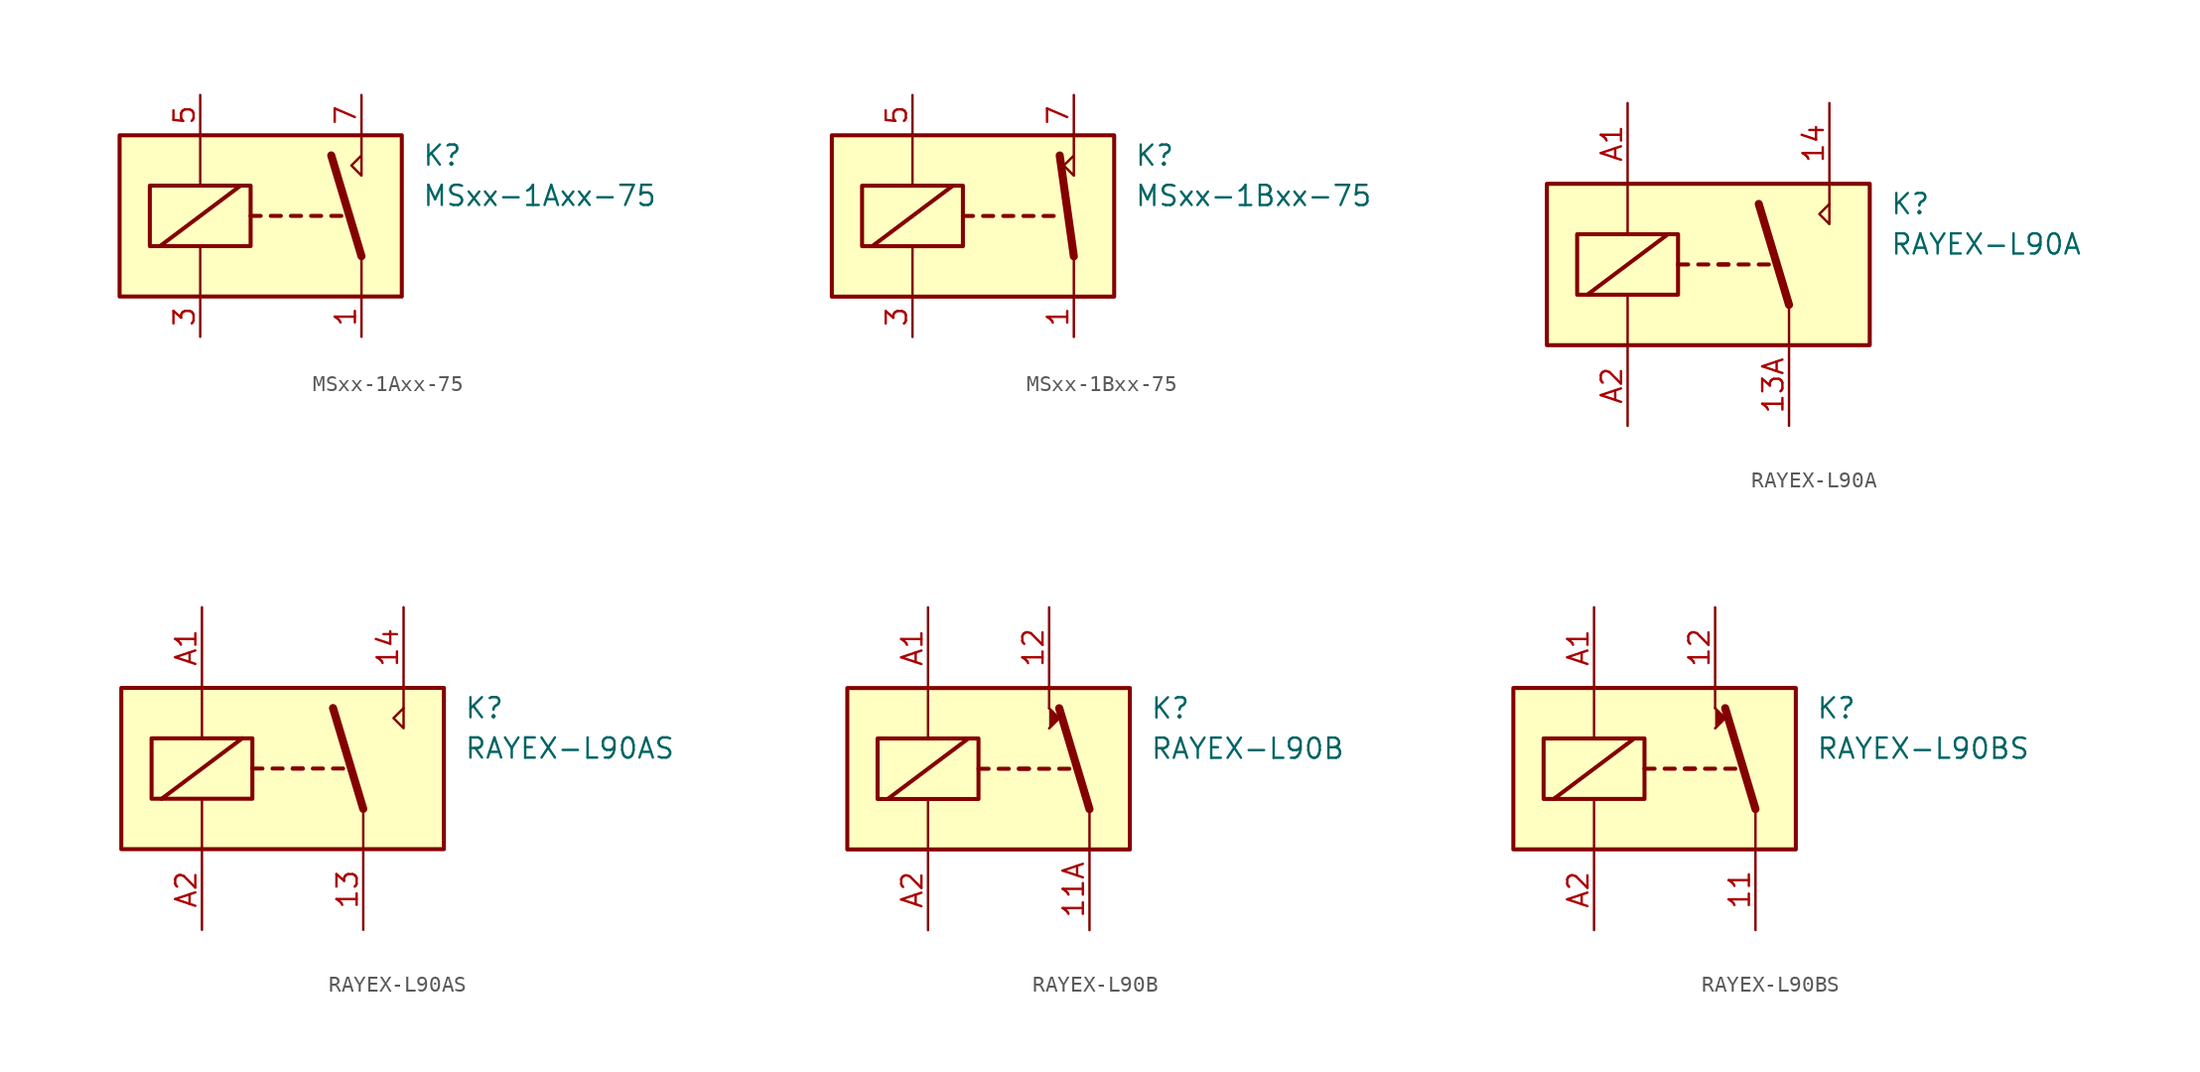
<source format=kicad_sym>
(kicad_symbol_lib
  (version 20200908)
  (generator kicad_symbol_editor)
  (symbol "Relay:MSxx-1Axx-75"
    (property "Reference" "K"
      (at 8.89 3.81 0)
      (effects (font (size 1.27 1.27)) (justify left)))
    (property "Value" "MSxx-1Axx-75"
      (at 8.89 1.27 0)
      (effects (font (size 1.27 1.27)) (justify left)))
    (symbol "MSxx-1Axx-75_0_1"
      (rectangle (start -10.16 5.08) (end 7.62 -5.08) (stroke (width 0.254)) (fill (type background)))
      (rectangle (start -8.255 1.905) (end -1.905 -1.905) (stroke (width 0.254)) (fill (type none)))
      (polyline (pts (xy -7.62 -1.905) (xy -2.54 1.905)) (stroke (width 0.254)) (fill (type none)))
      (polyline (pts (xy -5.08 -5.08) (xy -5.08 -1.905)) (stroke (width 0)) (fill (type none)))
      (polyline (pts (xy -5.08 5.08) (xy -5.08 1.905)) (stroke (width 0)) (fill (type none)))
      (polyline (pts (xy -1.905 0) (xy -1.27 0)) (stroke (width 0.254)) (fill (type none)))
      (polyline (pts (xy -0.635 0) (xy 0 0)) (stroke (width 0.254)) (fill (type none)))
      (polyline (pts (xy 0.635 0) (xy 1.27 0)) (stroke (width 0.254)) (fill (type none)))
      (polyline (pts (xy 1.905 0) (xy 2.54 0)) (stroke (width 0.254)) (fill (type none)))
      (polyline (pts (xy 3.175 0) (xy 3.81 0)) (stroke (width 0.254)) (fill (type none)))
      (polyline (pts (xy 5.08 -2.54) (xy 3.175 3.81)) (stroke (width 0.508)) (fill (type none)))
      (polyline (pts (xy 5.08 -2.54) (xy 5.08 -5.08)) (stroke (width 0)) (fill (type none))))
    (symbol "MSxx-1Axx-75_0_0"
      (polyline (pts (xy 5.08 5.08) (xy 5.08 2.54) (xy 4.445 3.175) (xy 5.08 3.81)) (stroke (width 0)) (fill (type none))))
    (symbol "MSxx-1Axx-75_1_1"
      (pin passive line (at 5.08 -7.62 90) (length 2.54) (name "~" (effects (font (size 1.27 1.27)))) (number "1" (effects (font (size 1.27 1.27)))))
      (pin passive line (at -5.08 -7.62 90) (length 2.54) (name "~" (effects (font (size 1.27 1.27)))) (number "3" (effects (font (size 1.27 1.27)))))
      (pin passive line (at -5.08 7.62 270) (length 2.54) (name "~" (effects (font (size 1.27 1.27)))) (number "5" (effects (font (size 1.27 1.27)))))
      (pin passive line (at 5.08 7.62 270) (length 2.54) (name "~" (effects (font (size 1.27 1.27)))) (number "7" (effects (font (size 1.27 1.27)))))))
  (symbol "Relay:MSxx-1Bxx-75"
    (property "Reference" "K"
      (at 8.89 3.81 0)
      (effects (font (size 1.27 1.27)) (justify left)))
    (property "Value" "MSxx-1Bxx-75"
      (at 8.89 1.27 0)
      (effects (font (size 1.27 1.27)) (justify left)))
    (symbol "MSxx-1Bxx-75_0_1"
      (rectangle (start -10.16 5.08) (end 7.62 -5.08) (stroke (width 0.254)) (fill (type background)))
      (rectangle (start -8.255 1.905) (end -1.905 -1.905) (stroke (width 0.254)) (fill (type none)))
      (polyline (pts (xy -7.62 -1.905) (xy -2.54 1.905)) (stroke (width 0.254)) (fill (type none)))
      (polyline (pts (xy -5.08 -5.08) (xy -5.08 -1.905)) (stroke (width 0)) (fill (type none)))
      (polyline (pts (xy -5.08 5.08) (xy -5.08 1.905)) (stroke (width 0)) (fill (type none)))
      (polyline (pts (xy -1.905 0) (xy -1.27 0)) (stroke (width 0.254)) (fill (type none)))
      (polyline (pts (xy -0.635 0) (xy 0 0)) (stroke (width 0.254)) (fill (type none)))
      (polyline (pts (xy 0.635 0) (xy 1.27 0)) (stroke (width 0.254)) (fill (type none)))
      (polyline (pts (xy 1.905 0) (xy 2.54 0)) (stroke (width 0.254)) (fill (type none)))
      (polyline (pts (xy 3.175 0) (xy 3.81 0)) (stroke (width 0.254)) (fill (type none)))
      (polyline (pts (xy 5.08 -2.54) (xy 4.191 3.81)) (stroke (width 0.508)) (fill (type none)))
      (polyline (pts (xy 5.08 -2.54) (xy 5.08 -5.08)) (stroke (width 0)) (fill (type none))))
    (symbol "MSxx-1Bxx-75_0_0"
      (polyline (pts (xy 5.08 5.08) (xy 5.08 2.54) (xy 4.445 3.175) (xy 5.08 3.81)) (stroke (width 0)) (fill (type none))))
    (symbol "MSxx-1Bxx-75_1_1"
      (pin passive line (at 5.08 -7.62 90) (length 2.54) (name "~" (effects (font (size 1.27 1.27)))) (number "1" (effects (font (size 1.27 1.27)))))
      (pin passive line (at -5.08 -7.62 90) (length 2.54) (name "~" (effects (font (size 1.27 1.27)))) (number "3" (effects (font (size 1.27 1.27)))))
      (pin passive line (at -5.08 7.62 270) (length 2.54) (name "~" (effects (font (size 1.27 1.27)))) (number "5" (effects (font (size 1.27 1.27)))))
      (pin passive line (at 5.08 7.62 270) (length 2.54) (name "~" (effects (font (size 1.27 1.27)))) (number "7" (effects (font (size 1.27 1.27)))))))
  (symbol "Relay:RAYEX-L90A"
    (property "Reference" "K"
      (at 11.43 3.81 0)
      (effects (font (size 1.27 1.27)) (justify left)))
    (property "Value" "RAYEX-L90A"
      (at 11.43 1.27 0)
      (effects (font (size 1.27 1.27)) (justify left)))
    (symbol "RAYEX-L90A_1_1"
      (rectangle (start -10.16 5.08) (end 10.16 -5.08) (stroke (width 0.254)) (fill (type background)))
      (rectangle (start -8.255 1.905) (end -1.905 -1.905) (stroke (width 0.254)) (fill (type none)))
      (polyline (pts (xy -7.62 -1.905) (xy -2.54 1.905)) (stroke (width 0.254)) (fill (type none)))
      (polyline (pts (xy -5.08 -5.08) (xy -5.08 -1.905)) (stroke (width 0)) (fill (type none)))
      (polyline (pts (xy -5.08 5.08) (xy -5.08 1.905)) (stroke (width 0)) (fill (type none)))
      (polyline (pts (xy -1.905 0) (xy -1.27 0)) (stroke (width 0.254)) (fill (type none)))
      (polyline (pts (xy -0.635 0) (xy 0 0)) (stroke (width 0.254)) (fill (type none)))
      (polyline (pts (xy 0.635 0) (xy 1.27 0)) (stroke (width 0.254)) (fill (type none)))
      (polyline (pts (xy 0.635 0) (xy 1.27 0)) (stroke (width 0.254)) (fill (type none)))
      (polyline (pts (xy 1.905 0) (xy 2.54 0)) (stroke (width 0.254)) (fill (type none)))
      (polyline (pts (xy 3.175 0) (xy 3.81 0)) (stroke (width 0.254)) (fill (type none)))
      (polyline (pts (xy 5.08 -2.54) (xy 3.175 3.81)) (stroke (width 0.508)) (fill (type none)))
      (polyline (pts (xy 5.08 -2.54) (xy 5.08 -5.08)) (stroke (width 0)) (fill (type none)))
      (pin passive line (at 5.08 -10.16 90) (length 5.08) (name "~" (effects (font (size 1.27 1.27)))) (number "13A" (effects (font (size 1.27 1.27)))))
      (pin passive line (at 5.08 -10.16 90) (length 5.08) hide (name "~" (effects (font (size 1.27 1.27)))) (number "13B" (effects (font (size 1.27 1.27)))))
      (pin passive line (at 7.62 10.16 270) (length 5.08) (name "~" (effects (font (size 1.27 1.27)))) (number "14" (effects (font (size 1.27 1.27)))))
      (pin passive line (at -5.08 10.16 270) (length 5.08) (name "~" (effects (font (size 1.27 1.27)))) (number "A1" (effects (font (size 1.27 1.27)))))
      (pin passive line (at -5.08 -10.16 90) (length 5.08) (name "~" (effects (font (size 1.27 1.27)))) (number "A2" (effects (font (size 1.27 1.27))))))
    (symbol "RAYEX-L90A_1_0"
      (polyline (pts (xy 7.62 3.81) (xy 7.62 5.08)) (stroke (width 0)) (fill (type none)))
      (polyline (pts (xy 7.62 3.81) (xy 7.62 2.54) (xy 6.985 3.175) (xy 7.62 3.81)) (stroke (width 0)) (fill (type none)))))
  (symbol "Relay:RAYEX-L90AS"
    (property "Reference" "K"
      (at 11.43 3.81 0)
      (effects (font (size 1.27 1.27)) (justify left)))
    (property "Value" "RAYEX-L90AS"
      (at 11.43 1.27 0)
      (effects (font (size 1.27 1.27)) (justify left)))
    (symbol "RAYEX-L90AS_1_1"
      (rectangle (start -10.16 5.08) (end 10.16 -5.08) (stroke (width 0.254)) (fill (type background)))
      (rectangle (start -8.255 1.905) (end -1.905 -1.905) (stroke (width 0.254)) (fill (type none)))
      (polyline (pts (xy -7.62 -1.905) (xy -2.54 1.905)) (stroke (width 0.254)) (fill (type none)))
      (polyline (pts (xy -5.08 -5.08) (xy -5.08 -1.905)) (stroke (width 0)) (fill (type none)))
      (polyline (pts (xy -5.08 5.08) (xy -5.08 1.905)) (stroke (width 0)) (fill (type none)))
      (polyline (pts (xy -1.905 0) (xy -1.27 0)) (stroke (width 0.254)) (fill (type none)))
      (polyline (pts (xy -0.635 0) (xy 0 0)) (stroke (width 0.254)) (fill (type none)))
      (polyline (pts (xy 0.635 0) (xy 1.27 0)) (stroke (width 0.254)) (fill (type none)))
      (polyline (pts (xy 0.635 0) (xy 1.27 0)) (stroke (width 0.254)) (fill (type none)))
      (polyline (pts (xy 1.905 0) (xy 2.54 0)) (stroke (width 0.254)) (fill (type none)))
      (polyline (pts (xy 3.175 0) (xy 3.81 0)) (stroke (width 0.254)) (fill (type none)))
      (polyline (pts (xy 5.08 -2.54) (xy 3.175 3.81)) (stroke (width 0.508)) (fill (type none)))
      (polyline (pts (xy 5.08 -2.54) (xy 5.08 -5.08)) (stroke (width 0)) (fill (type none)))
      (pin passive line (at 5.08 -10.16 90) (length 5.08) (name "~" (effects (font (size 1.27 1.27)))) (number "13" (effects (font (size 1.27 1.27)))))
      (pin passive line (at 7.62 10.16 270) (length 5.08) (name "~" (effects (font (size 1.27 1.27)))) (number "14" (effects (font (size 1.27 1.27)))))
      (pin passive line (at -5.08 10.16 270) (length 5.08) (name "~" (effects (font (size 1.27 1.27)))) (number "A1" (effects (font (size 1.27 1.27)))))
      (pin passive line (at -5.08 -10.16 90) (length 5.08) (name "~" (effects (font (size 1.27 1.27)))) (number "A2" (effects (font (size 1.27 1.27))))))
    (symbol "RAYEX-L90AS_1_0"
      (polyline (pts (xy 7.62 3.81) (xy 7.62 5.08)) (stroke (width 0)) (fill (type none)))
      (polyline (pts (xy 7.62 3.81) (xy 7.62 2.54) (xy 6.985 3.175) (xy 7.62 3.81)) (stroke (width 0)) (fill (type none)))))
  (symbol "Relay:RAYEX-L90B"
    (property "Reference" "K"
      (at 8.89 3.81 0)
      (effects (font (size 1.27 1.27)) (justify left)))
    (property "Value" "RAYEX-L90B"
      (at 8.89 1.27 0)
      (effects (font (size 1.27 1.27)) (justify left)))
    (symbol "RAYEX-L90B_1_1"
      (rectangle (start -10.16 5.08) (end 7.62 -5.08) (stroke (width 0.254)) (fill (type background)))
      (rectangle (start -8.255 1.905) (end -1.905 -1.905) (stroke (width 0.254)) (fill (type none)))
      (polyline (pts (xy -7.62 -1.905) (xy -2.54 1.905)) (stroke (width 0.254)) (fill (type none)))
      (polyline (pts (xy -5.08 -5.08) (xy -5.08 -1.905)) (stroke (width 0)) (fill (type none)))
      (polyline (pts (xy -5.08 5.08) (xy -5.08 1.905)) (stroke (width 0)) (fill (type none)))
      (polyline (pts (xy -1.905 0) (xy -1.27 0)) (stroke (width 0.254)) (fill (type none)))
      (polyline (pts (xy -0.635 0) (xy 0 0)) (stroke (width 0.254)) (fill (type none)))
      (polyline (pts (xy 0.635 0) (xy 1.27 0)) (stroke (width 0.254)) (fill (type none)))
      (polyline (pts (xy 0.635 0) (xy 1.27 0)) (stroke (width 0.254)) (fill (type none)))
      (polyline (pts (xy 1.905 0) (xy 2.54 0)) (stroke (width 0.254)) (fill (type none)))
      (polyline (pts (xy 3.175 0) (xy 3.81 0)) (stroke (width 0.254)) (fill (type none)))
      (polyline (pts (xy 5.08 -2.54) (xy 3.175 3.81)) (stroke (width 0.508)) (fill (type none)))
      (polyline (pts (xy 5.08 -2.54) (xy 5.08 -5.08)) (stroke (width 0)) (fill (type none)))
      (polyline (pts (xy 2.54 2.54) (xy 3.175 3.175) (xy 2.54 3.81)) (stroke (width 0)) (fill (type outline)))
      (pin passive line (at 5.08 -10.16 90) (length 5.08) (name "~" (effects (font (size 1.27 1.27)))) (number "11A" (effects (font (size 1.27 1.27)))))
      (pin passive line (at 5.08 -10.16 90) (length 5.08) hide (name "~" (effects (font (size 1.27 1.27)))) (number "11B" (effects (font (size 1.27 1.27)))))
      (pin passive line (at 2.54 10.16 270) (length 5.08) (name "~" (effects (font (size 1.27 1.27)))) (number "12" (effects (font (size 1.27 1.27)))))
      (pin passive line (at -5.08 10.16 270) (length 5.08) (name "~" (effects (font (size 1.27 1.27)))) (number "A1" (effects (font (size 1.27 1.27)))))
      (pin passive line (at -5.08 -10.16 90) (length 5.08) (name "~" (effects (font (size 1.27 1.27)))) (number "A2" (effects (font (size 1.27 1.27))))))
    (symbol "RAYEX-L90B_1_0"
      (polyline (pts (xy 2.54 3.81) (xy 2.54 5.08)) (stroke (width 0)) (fill (type none)))))
  (symbol "Relay:RAYEX-L90BS"
    (property "Reference" "K"
      (at 8.89 3.81 0)
      (effects (font (size 1.27 1.27)) (justify left)))
    (property "Value" "RAYEX-L90BS"
      (at 8.89 1.27 0)
      (effects (font (size 1.27 1.27)) (justify left)))
    (symbol "RAYEX-L90BS_1_1"
      (rectangle (start -10.16 5.08) (end 7.62 -5.08) (stroke (width 0.254)) (fill (type background)))
      (rectangle (start -8.255 1.905) (end -1.905 -1.905) (stroke (width 0.254)) (fill (type none)))
      (polyline (pts (xy -7.62 -1.905) (xy -2.54 1.905)) (stroke (width 0.254)) (fill (type none)))
      (polyline (pts (xy -5.08 -5.08) (xy -5.08 -1.905)) (stroke (width 0)) (fill (type none)))
      (polyline (pts (xy -5.08 5.08) (xy -5.08 1.905)) (stroke (width 0)) (fill (type none)))
      (polyline (pts (xy -1.905 0) (xy -1.27 0)) (stroke (width 0.254)) (fill (type none)))
      (polyline (pts (xy -0.635 0) (xy 0 0)) (stroke (width 0.254)) (fill (type none)))
      (polyline (pts (xy 0.635 0) (xy 1.27 0)) (stroke (width 0.254)) (fill (type none)))
      (polyline (pts (xy 0.635 0) (xy 1.27 0)) (stroke (width 0.254)) (fill (type none)))
      (polyline (pts (xy 1.905 0) (xy 2.54 0)) (stroke (width 0.254)) (fill (type none)))
      (polyline (pts (xy 3.175 0) (xy 3.81 0)) (stroke (width 0.254)) (fill (type none)))
      (polyline (pts (xy 5.08 -2.54) (xy 3.175 3.81)) (stroke (width 0.508)) (fill (type none)))
      (polyline (pts (xy 5.08 -2.54) (xy 5.08 -5.08)) (stroke (width 0)) (fill (type none)))
      (polyline (pts (xy 2.54 2.54) (xy 3.175 3.175) (xy 2.54 3.81)) (stroke (width 0)) (fill (type outline)))
      (pin passive line (at 5.08 -10.16 90) (length 5.08) (name "~" (effects (font (size 1.27 1.27)))) (number "11" (effects (font (size 1.27 1.27)))))
      (pin passive line (at 2.54 10.16 270) (length 5.08) (name "~" (effects (font (size 1.27 1.27)))) (number "12" (effects (font (size 1.27 1.27)))))
      (pin passive line (at -5.08 10.16 270) (length 5.08) (name "~" (effects (font (size 1.27 1.27)))) (number "A1" (effects (font (size 1.27 1.27)))))
      (pin passive line (at -5.08 -10.16 90) (length 5.08) (name "~" (effects (font (size 1.27 1.27)))) (number "A2" (effects (font (size 1.27 1.27))))))
    (symbol "RAYEX-L90BS_1_0"
      (polyline (pts (xy 2.54 3.81) (xy 2.54 5.08)) (stroke (width 0)) (fill (type none))))))
</source>
